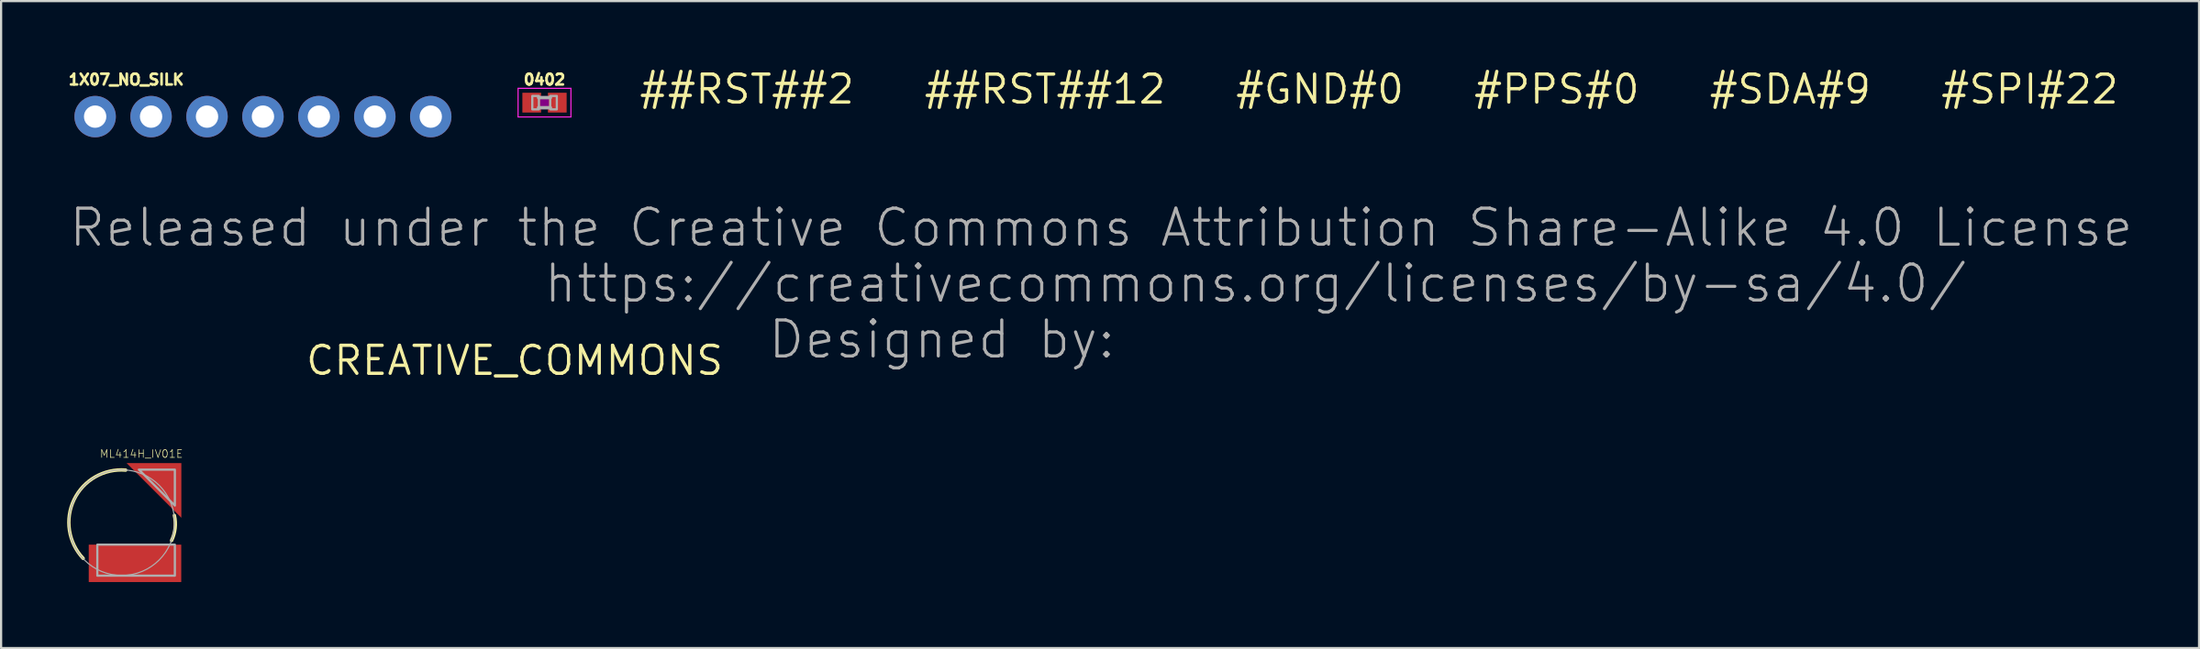
<source format=kicad_pcb>
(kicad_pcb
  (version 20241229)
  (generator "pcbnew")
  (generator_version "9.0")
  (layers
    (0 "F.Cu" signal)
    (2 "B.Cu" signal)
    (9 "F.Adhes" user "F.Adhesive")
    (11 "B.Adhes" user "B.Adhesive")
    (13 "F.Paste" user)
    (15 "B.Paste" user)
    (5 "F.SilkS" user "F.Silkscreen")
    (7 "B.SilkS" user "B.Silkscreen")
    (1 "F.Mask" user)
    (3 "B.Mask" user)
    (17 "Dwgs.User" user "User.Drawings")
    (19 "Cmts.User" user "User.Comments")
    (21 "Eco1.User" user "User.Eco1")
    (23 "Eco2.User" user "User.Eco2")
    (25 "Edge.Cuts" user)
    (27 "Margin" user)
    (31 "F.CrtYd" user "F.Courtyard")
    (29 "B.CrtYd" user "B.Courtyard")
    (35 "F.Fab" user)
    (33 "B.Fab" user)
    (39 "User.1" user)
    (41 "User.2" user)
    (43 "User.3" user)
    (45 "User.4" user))
  (footprint "#SDA#9"
    (layer "F.Cu")
    (at 78.243 1.006)
    (property "Reference" "#SDA#9" (at 0 0 0) (layer "F.SilkS") (effects (font (size 1.27 1.27) (thickness 0.15))))
    (fp_poly (pts (xy -0.318 0.236) (xy -0.32 0.24) (xy -0.32 0.235) (xy -0.319 0.235)) (stroke (width 0) (type default)) (fill yes) (layer "F.SilkS")))
  (footprint "1X07_NO_SILK"
    (layer "F.Cu")
    (at 1.27 2.25)
    (property "Reference" "1X07_NO_SILK" (at -1.27 -1.397 0) (unlocked yes) (layer "F.SilkS") (effects (font (size 0.488 0.488) (thickness 0.122)) (justify left bottom)))
    (fp_poly (pts (xy -0.254 0.254) (xy 0.254 0.254) (xy 0.254 -0.254) (xy -0.254 -0.254)) (stroke (width 0.1) (type default)) (fill no) (layer "F.Fab"))
    (fp_poly (pts (xy 2.286 0.254) (xy 2.794 0.254) (xy 2.794 -0.254) (xy 2.286 -0.254)) (stroke (width 0.1) (type default)) (fill no) (layer "F.Fab"))
    (fp_poly (pts (xy 4.826 0.254) (xy 5.334 0.254) (xy 5.334 -0.254) (xy 4.826 -0.254)) (stroke (width 0.1) (type default)) (fill no) (layer "F.Fab"))
    (fp_poly (pts (xy 7.366 0.254) (xy 7.874 0.254) (xy 7.874 -0.254) (xy 7.366 -0.254)) (stroke (width 0.1) (type default)) (fill no) (layer "F.Fab"))
    (fp_poly (pts (xy 9.906 0.254) (xy 10.414 0.254) (xy 10.414 -0.254) (xy 9.906 -0.254)) (stroke (width 0.1) (type default)) (fill no) (layer "F.Fab"))
    (fp_poly (pts (xy 12.446 0.254) (xy 12.954 0.254) (xy 12.954 -0.254) (xy 12.446 -0.254)) (stroke (width 0.1) (type default)) (fill no) (layer "F.Fab"))
    (fp_poly (pts (xy 14.986 0.254) (xy 15.494 0.254) (xy 15.494 -0.254) (xy 14.986 -0.254)) (stroke (width 0.1) (type default)) (fill no) (layer "F.Fab"))
    (pad "1" thru_hole circle (at 0 0 90) (size 1.88 1.88) (drill 1.016) (layers "*.Cu" "*.Mask"))
    (pad "2" thru_hole circle (at 2.54 0 90) (size 1.88 1.88) (drill 1.016) (layers "*.Cu" "*.Mask"))
    (pad "3" thru_hole circle (at 5.08 0 90) (size 1.88 1.88) (drill 1.016) (layers "*.Cu" "*.Mask"))
    (pad "4" thru_hole circle (at 7.62 0 90) (size 1.88 1.88) (drill 1.016) (layers "*.Cu" "*.Mask"))
    (pad "5" thru_hole circle (at 10.16 0 90) (size 1.88 1.88) (drill 1.016) (layers "*.Cu" "*.Mask"))
    (pad "6" thru_hole circle (at 12.7 0 90) (size 1.88 1.88) (drill 1.016) (layers "*.Cu" "*.Mask"))
    (pad "7" thru_hole circle (at 15.24 0 90) (size 1.88 1.88) (drill 1.016) (layers "*.Cu" "*.Mask")))
  (footprint "CREATIVE_COMMONS"
    (layer "F.Cu")
    (at 20.32 13.333)
    (property "Reference" "CREATIVE_COMMONS" (at 0 0 0) (layer "F.SilkS") (effects (font (size 1.27 1.27) (thickness 0.15))))
    (fp_text user "Designed by:" (at 11.43 0 0) (unlocked yes) (layer "F.Fab") (effects (font (size 1.636 1.636) (thickness 0.142)) (justify left bottom)))
    (fp_text user " https://creativecommons.org/licenses/by-sa/4.0/" (at 0 -2.54 0) (unlocked yes) (layer "F.Fab") (effects (font (size 1.636 1.636) (thickness 0.142)) (justify left bottom)))
    (fp_text user "Released under the Creative Commons Attribution Share-Alike 4.0 License" (at -20.32 -5.08 0) (unlocked yes) (layer "F.Fab") (effects (font (size 1.636 1.636) (thickness 0.142)) (justify left bottom))))
  (footprint "#PPS#0"
    (layer "F.Cu")
    (at 67.639 1.006)
    (property "Reference" "#PPS#0" (at 0 0 0) (layer "F.SilkS") (effects (font (size 1.27 1.27) (thickness 0.15))))
    (fp_poly (pts (xy -0.136 -0.022) (xy -0.14 -0.02) (xy -0.14 -0.025) (xy -0.137 -0.025)) (stroke (width 0) (type default)) (fill yes) (layer "F.SilkS")))
  (footprint "#GND#0"
    (layer "F.Cu")
    (at 56.883 1.006)
    (property "Reference" "#GND#0" (at 0 0 0) (layer "F.SilkS") (effects (font (size 1.27 1.27) (thickness 0.15))))
    (fp_poly (pts (xy 0.825 0.239) (xy 0.82 0.24) (xy 0.82 0.235) (xy 0.824 0.235)) (stroke (width 0) (type default)) (fill yes) (layer "F.SilkS")))
  (footprint "#SPI#22"
    (layer "F.Cu")
    (at 89.12 1.006)
    (property "Reference" "#SPI#22" (at 0 0 0) (layer "F.SilkS") (effects (font (size 1.27 1.27) (thickness 0.15))))
    (fp_poly (pts (xy 0.065 -0.022) (xy 0.06 -0.02) (xy 0.06 -0.025) (xy 0.063 -0.025)) (stroke (width 0) (type default)) (fill yes) (layer "F.SilkS")))
  (footprint "##RST##2"
    (layer "F.Cu")
    (at 30.867 1.006)
    (property "Reference" "##RST##2" (at 0 0 0) (layer "F.SilkS") (effects (font (size 1.27 1.27) (thickness 0.15))))
    (fp_poly (pts (xy -1.175 0.108) (xy -1.18 0.11) (xy -1.18 0.105) (xy -1.176 0.105)) (stroke (width 0) (type default)) (fill yes) (layer "F.SilkS")))
  (footprint "0402"
    (layer "F.Cu")
    (at 21.675 1.615)
    (property "Reference" "0402" (at 0 -0.762 0) (unlocked yes) (layer "F.SilkS") (effects (font (size 0.488 0.488) (thickness 0.122)) (justify bottom)))
    (fp_poly (pts (xy -0.2 0.3) (xy 0.2 0.3) (xy 0.2 -0.3) (xy -0.2 -0.3)) (stroke (width 0) (type default)) (fill yes) (layer "F.Adhes"))
    (fp_line (start -1.2 -0.65) (end 1.2 -0.65) (stroke (width 0.051) (type solid)) (layer "F.CrtYd"))
    (fp_line (start -1.2 0.65) (end -1.2 -0.65) (stroke (width 0.051) (type solid)) (layer "F.CrtYd"))
    (fp_line (start 1.2 -0.65) (end 1.2 0.65) (stroke (width 0.051) (type solid)) (layer "F.CrtYd"))
    (fp_line (start 1.2 0.65) (end -1.2 0.65) (stroke (width 0.051) (type solid)) (layer "F.CrtYd"))
    (fp_line (start -0.27 -0.229) (end 0.27 -0.229) (stroke (width 0.152) (type solid)) (layer "F.Fab"))
    (fp_line (start 0.27 0.229) (end -0.27 0.229) (stroke (width 0.152) (type solid)) (layer "F.Fab"))
    (fp_poly (pts (xy -0.554 0.305) (xy -0.254 0.305) (xy -0.254 -0.305) (xy -0.554 -0.305)) (stroke (width 0.1) (type default)) (fill no) (layer "F.Fab"))
    (fp_poly (pts (xy 0.259 0.305) (xy 0.559 0.305) (xy 0.559 -0.305) (xy 0.259 -0.305)) (stroke (width 0.1) (type default)) (fill no) (layer "F.Fab"))
    (pad "1" smd rect (at -0.58 0) (size 0.85 0.9) (layers "F.Cu" "F.Mask" "F.Paste"))
    (pad "2" smd rect (at 0.58 0) (size 0.85 0.9) (layers "F.Cu" "F.Mask" "F.Paste")))
  (footprint "ML414H_IV01E"
    (layer "F.Cu")
    (at 2.48 20.702)
    (property "Reference" "ML414H_IV01E" (at -1.016 -2.921 0) (unlocked yes) (layer "F.SilkS") (effects (font (size 0.351 0.351) (thickness 0.03)) (justify left bottom)))
    (fp_poly (pts (xy 2.705 -0.22) (xy 0.22 -2.705) (xy 2.705 -2.705)) (stroke (width 0) (type default)) (fill yes) (layer "F.Cu"))
    (fp_poly (pts (xy 2.705 -0.22) (xy 0.22 -2.705) (xy 2.705 -2.705)) (stroke (width 0) (type default)) (fill yes) (layer "F.Mask"))
    (fp_poly (pts (xy -1.5 2.7) (xy 2.7 2.7) (xy 2.7 1) (xy -1.5 1)) (stroke (width 0) (type default)) (fill yes) (layer "F.Mask"))
    (fp_arc (start -1.752599 1.625602) (mid -2.167967 -1.045069) (end 0.1778 -2.3876) (stroke (width 0.1524) (type solid)) (layer "F.SilkS"))
    (fp_arc (start 2.3876 -0.3302) (mid 2.42159 0.252132) (end 2.260599 0.8128) (stroke (width 0.1524) (type solid)) (layer "F.SilkS"))
    (fp_poly (pts (xy 2.705 -0.22) (xy 0.22 -2.705) (xy 2.705 -2.705)) (stroke (width 0) (type default)) (fill yes) (layer "F.Paste"))
    (fp_poly (pts (xy -1.5 2.7) (xy 2.7 2.7) (xy 2.7 1) (xy -1.5 1)) (stroke (width 0) (type default)) (fill yes) (layer "F.Paste"))
    (fp_circle (center 0 0) (end 2.4 0) (stroke (width 0.051) (type solid)) (fill no) (layer "F.Fab"))
    (fp_poly (pts (xy 2.41 -0.776) (xy 0.776 -2.41) (xy 2.41 -2.41)) (stroke (width 0.1) (type default)) (fill no) (layer "F.Fab"))
    (fp_poly (pts (xy 2.41 2.41) (xy -1.11 2.41) (xy -1.11 1) (xy 2.41 1)) (stroke (width 0.1) (type default)) (fill no) (layer "F.Fab"))
    (pad "+" smd rect (at 2.022 -2.032) (size 1 1) (layers "F.Cu"))
    (pad "-" smd rect (at 0.6 1.85) (size 4.2 1.7) (layers "F.Cu")))
  (footprint "##RST##12"
    (layer "F.Cu")
    (at 44.404 1.006)
    (property "Reference" "##RST##12" (at 0 0 0) (layer "F.SilkS") (effects (font (size 1.27 1.27) (thickness 0.15))))
    (fp_poly (pts (xy -1.175 0.108) (xy -1.18 0.11) (xy -1.18 0.105) (xy -1.176 0.105)) (stroke (width 0) (type default)) (fill yes) (layer "F.SilkS")))
  (gr_rect
    (start -3 -3)
    (end 96.805 26.402)
    (stroke (width 0.1) (type default))
    (fill no)
    (layer "Edge.Cuts")))
</source>
